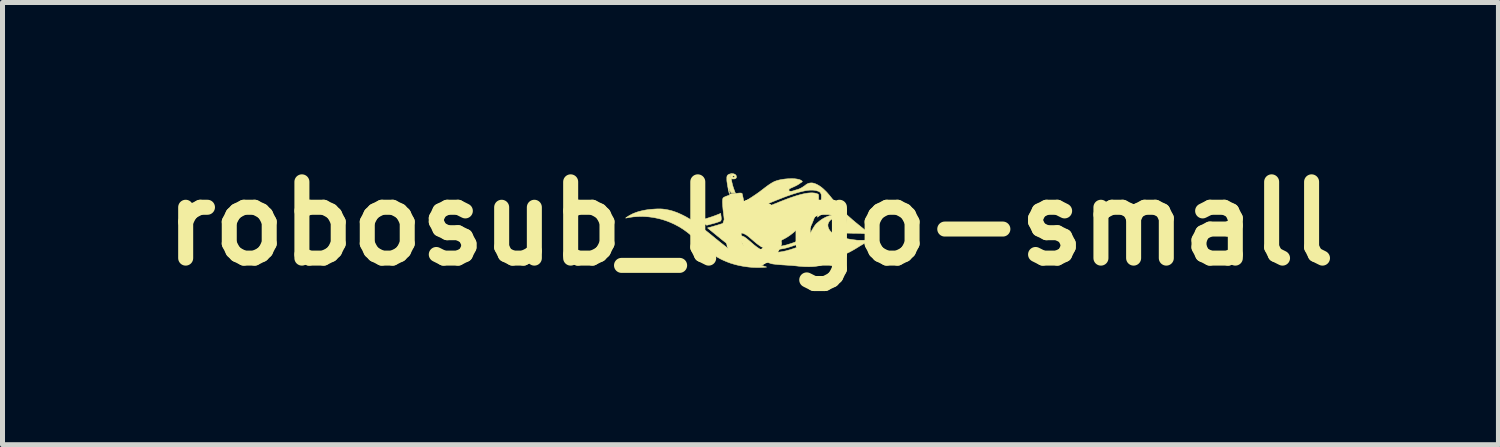
<source format=kicad_pcb>
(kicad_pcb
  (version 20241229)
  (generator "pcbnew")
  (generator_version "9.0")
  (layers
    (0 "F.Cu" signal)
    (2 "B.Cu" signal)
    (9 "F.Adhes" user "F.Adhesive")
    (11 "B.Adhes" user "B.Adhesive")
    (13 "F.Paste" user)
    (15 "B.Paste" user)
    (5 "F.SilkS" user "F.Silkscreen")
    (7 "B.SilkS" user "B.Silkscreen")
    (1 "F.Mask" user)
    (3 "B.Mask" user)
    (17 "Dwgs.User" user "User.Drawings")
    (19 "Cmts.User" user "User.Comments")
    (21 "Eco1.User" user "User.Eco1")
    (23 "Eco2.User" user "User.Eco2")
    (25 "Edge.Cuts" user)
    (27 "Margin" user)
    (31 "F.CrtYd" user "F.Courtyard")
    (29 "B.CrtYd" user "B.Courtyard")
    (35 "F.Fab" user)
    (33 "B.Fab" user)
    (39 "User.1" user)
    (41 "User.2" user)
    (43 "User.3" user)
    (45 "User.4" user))
  (footprint "robosub_logo-small"
    (layer "F.Cu")
    (at 11.945 1.418)
    (property "Reference" "robosub_logo-small" (at 0 0 0) (layer "F.SilkS") (effects (font (size 1.524 1.524) (thickness 0.3))))
    (attr through_hole)
    (fp_poly (pts (xy -0.594 -0.203) (xy -0.593 -0.2) (xy -0.593 -0.196) (xy -0.593 -0.196) (xy -0.593 -0.191) (xy -0.592 -0.185) (xy -0.592 -0.177) (xy -0.591 -0.169) (xy -0.589 -0.159) (xy -0.587 -0.147) (xy -0.587 -0.146) (xy -0.585 -0.132) (xy -0.584 -0.119) (xy -0.583 -0.108) (xy -0.582 -0.098) (xy -0.583 -0.089) (xy -0.584 -0.081) (xy -0.586 -0.074) (xy -0.588 -0.066) (xy -0.591 -0.06) (xy -0.595 -0.052) (xy -0.61 -0.046) (xy -0.621 -0.041) (xy -0.631 -0.037) (xy -0.642 -0.033) (xy -0.654 -0.029) (xy -0.666 -0.025) (xy -0.679 -0.021) (xy -0.692 -0.016) (xy -0.707 -0.012) (xy -0.724 -0.007) (xy -0.741 -0.002) (xy -0.761 0.003) (xy -0.782 0.009) (xy -0.785 0.009) (xy -0.796 0.012) (xy -0.806 0.015) (xy -0.816 0.018) (xy -0.826 0.02) (xy -0.835 0.023) (xy -0.843 0.025) (xy -0.849 0.026) (xy -0.853 0.028) (xy -0.859 0.029) (xy -0.864 0.031) (xy -0.869 0.032) (xy -0.872 0.033) (xy -0.873 0.033) (xy -0.873 0.033) (xy -0.874 0.032) (xy -0.876 0.031) (xy -0.88 0.028) (xy -0.884 0.025) (xy -0.89 0.021) (xy -0.896 0.016) (xy -0.903 0.011) (xy -0.903 0.01) (xy -0.911 0.004) (xy -0.92 -0.003) (xy -0.93 -0.01) (xy -0.94 -0.018) (xy -0.95 -0.026) (xy -0.96 -0.033) (xy -0.966 -0.037) (xy -0.973 -0.042) (xy -0.979 -0.047) (xy -0.986 -0.052) (xy -0.991 -0.056) (xy -0.995 -0.059) (xy -0.998 -0.061) (xy -1 -0.063) (xy -1 -0.063) (xy -1.001 -0.063) (xy -1.001 -0.064) (xy -1 -0.064) (xy -0.999 -0.065) (xy -0.997 -0.066) (xy -0.994 -0.067) (xy -0.991 -0.068) (xy -0.986 -0.069) (xy -0.979 -0.071) (xy -0.971 -0.074) (xy -0.962 -0.077) (xy -0.951 -0.08) (xy -0.919 -0.09) (xy -0.889 -0.099) (xy -0.86 -0.108) (xy -0.832 -0.117) (xy -0.807 -0.125) (xy -0.782 -0.133) (xy -0.758 -0.141) (xy -0.736 -0.149) (xy -0.714 -0.157) (xy -0.693 -0.165) (xy -0.672 -0.173) (xy -0.652 -0.181) (xy -0.632 -0.189) (xy -0.621 -0.193) (xy -0.614 -0.196) (xy -0.608 -0.199) (xy -0.603 -0.201) (xy -0.598 -0.202) (xy -0.595 -0.204) (xy -0.594 -0.204) (xy -0.594 -0.204) (xy -0.594 -0.203)) (stroke (width 0.01) (type solid)) (fill yes) (layer "F.SilkS"))
    (fp_poly (pts (xy -1.815 -0.293) (xy -1.804 -0.293) (xy -1.794 -0.293) (xy -1.785 -0.293) (xy -1.776 -0.292) (xy -1.767 -0.292) (xy -1.757 -0.291) (xy -1.747 -0.29) (xy -1.738 -0.289) (xy -1.7 -0.284) (xy -1.661 -0.277) (xy -1.622 -0.269) (xy -1.582 -0.259) (xy -1.542 -0.247) (xy -1.502 -0.233) (xy -1.461 -0.218) (xy -1.42 -0.2) (xy -1.378 -0.181) (xy -1.336 -0.16) (xy -1.293 -0.138) (xy -1.25 -0.113) (xy -1.206 -0.087) (xy -1.162 -0.058) (xy -1.135 -0.041) (xy -1.118 -0.03) (xy -1.102 -0.019) (xy -1.086 -0.007) (xy -1.069 0.005) (xy -1.052 0.017) (xy -1.035 0.029) (xy -1.018 0.042) (xy -1 0.056) (xy -0.981 0.07) (xy -0.962 0.084) (xy -0.942 0.1) (xy -0.921 0.116) (xy -0.9 0.134) (xy -0.877 0.152) (xy -0.853 0.171) (xy -0.828 0.191) (xy -0.801 0.213) (xy -0.775 0.234) (xy -0.752 0.253) (xy -0.731 0.27) (xy -0.711 0.287) (xy -0.693 0.302) (xy -0.675 0.316) (xy -0.659 0.329) (xy -0.644 0.341) (xy -0.63 0.353) (xy -0.616 0.364) (xy -0.603 0.374) (xy -0.591 0.384) (xy -0.579 0.393) (xy -0.568 0.402) (xy -0.557 0.411) (xy -0.547 0.419) (xy -0.536 0.427) (xy -0.526 0.435) (xy -0.516 0.443) (xy -0.506 0.45) (xy -0.503 0.452) (xy -0.471 0.476) (xy -0.439 0.5) (xy -0.408 0.522) (xy -0.376 0.544) (xy -0.345 0.565) (xy -0.314 0.585) (xy -0.284 0.604) (xy -0.256 0.622) (xy -0.228 0.638) (xy -0.22 0.642) (xy -0.197 0.655) (xy -0.172 0.668) (xy -0.146 0.682) (xy -0.118 0.695) (xy -0.091 0.708) (xy -0.063 0.721) (xy -0.056 0.724) (xy -0.034 0.734) (xy -0.012 0.743) (xy 0.012 0.753) (xy 0.037 0.763) (xy 0.063 0.774) (xy 0.091 0.785) (xy 0.12 0.796) (xy 0.151 0.807) (xy 0.183 0.819) (xy 0.217 0.831) (xy 0.253 0.843) (xy 0.279 0.853) (xy 0.288 0.856) (xy 0.296 0.858) (xy 0.303 0.861) (xy 0.31 0.863) (xy 0.315 0.865) (xy 0.319 0.866) (xy 0.321 0.867) (xy 0.322 0.868) (xy 0.323 0.868) (xy 0.323 0.869) (xy 0.322 0.869) (xy 0.319 0.869) (xy 0.314 0.87) (xy 0.308 0.87) (xy 0.301 0.871) (xy 0.292 0.872) (xy 0.283 0.872) (xy 0.273 0.873) (xy 0.263 0.873) (xy 0.253 0.874) (xy 0.243 0.875) (xy 0.232 0.875) (xy 0.222 0.876) (xy 0.215 0.876) (xy 0.207 0.876) (xy 0.198 0.876) (xy 0.187 0.877) (xy 0.175 0.877) (xy 0.163 0.877) (xy 0.15 0.877) (xy 0.137 0.877) (xy 0.124 0.877) (xy 0.112 0.877) (xy 0.101 0.876) (xy 0.091 0.876) (xy 0.083 0.876) (xy 0.081 0.876) (xy 0.024 0.873) (xy -0.031 0.868) (xy -0.086 0.861) (xy -0.141 0.853) (xy -0.195 0.843) (xy -0.248 0.832) (xy -0.301 0.819) (xy -0.353 0.804) (xy -0.404 0.788) (xy -0.453 0.77) (xy -0.502 0.75) (xy -0.55 0.729) (xy -0.596 0.707) (xy -0.64 0.683) (xy -0.663 0.67) (xy -0.685 0.657) (xy -0.707 0.644) (xy -0.728 0.63) (xy -0.75 0.616) (xy -0.771 0.6) (xy -0.794 0.584) (xy -0.817 0.567) (xy -0.824 0.561) (xy -0.836 0.552) (xy -0.848 0.543) (xy -0.859 0.534) (xy -0.87 0.525) (xy -0.881 0.516) (xy -0.891 0.507) (xy -0.902 0.497) (xy -0.914 0.487) (xy -0.925 0.477) (xy -0.938 0.465) (xy -0.951 0.454) (xy -0.964 0.441) (xy -0.979 0.427) (xy -0.995 0.412) (xy -1.012 0.396) (xy -1.023 0.385) (xy -1.041 0.368) (xy -1.057 0.352) (xy -1.072 0.338) (xy -1.086 0.325) (xy -1.099 0.313) (xy -1.11 0.302) (xy -1.122 0.291) (xy -1.132 0.282) (xy -1.142 0.273) (xy -1.151 0.264) (xy -1.161 0.256) (xy -1.169 0.248) (xy -1.178 0.241) (xy -1.187 0.233) (xy -1.196 0.226) (xy -1.205 0.219) (xy -1.214 0.211) (xy -1.224 0.203) (xy -1.229 0.199) (xy -1.26 0.174) (xy -1.29 0.152) (xy -1.32 0.13) (xy -1.349 0.11) (xy -1.379 0.091) (xy -1.409 0.072) (xy -1.439 0.055) (xy -1.471 0.038) (xy -1.503 0.021) (xy -1.512 0.016) (xy -1.562 -0.007) (xy -1.612 -0.029) (xy -1.663 -0.049) (xy -1.715 -0.067) (xy -1.766 -0.083) (xy -1.819 -0.097) (xy -1.872 -0.109) (xy -1.925 -0.12) (xy -1.978 -0.128) (xy -2.032 -0.135) (xy -2.085 -0.139) (xy -2.139 -0.142) (xy -2.193 -0.143) (xy -2.247 -0.141) (xy -2.296 -0.138) (xy -2.339 -0.135) (xy -2.382 -0.129) (xy -2.424 -0.123) (xy -2.464 -0.115) (xy -2.472 -0.114) (xy -2.479 -0.112) (xy -2.484 -0.111) (xy -2.487 -0.111) (xy -2.49 -0.11) (xy -2.492 -0.11) (xy -2.493 -0.11) (xy -2.493 -0.11) (xy -2.493 -0.111) (xy -2.492 -0.112) (xy -2.49 -0.115) (xy -2.486 -0.118) (xy -2.481 -0.122) (xy -2.474 -0.127) (xy -2.467 -0.132) (xy -2.458 -0.138) (xy -2.454 -0.14) (xy -2.424 -0.159) (xy -2.391 -0.177) (xy -2.358 -0.194) (xy -2.323 -0.209) (xy -2.286 -0.223) (xy -2.248 -0.236) (xy -2.208 -0.247) (xy -2.167 -0.257) (xy -2.125 -0.266) (xy -2.103 -0.27) (xy -2.066 -0.276) (xy -2.028 -0.281) (xy -1.989 -0.285) (xy -1.95 -0.288) (xy -1.91 -0.291) (xy -1.872 -0.293) (xy -1.835 -0.293) (xy -1.828 -0.293) (xy -1.815 -0.293)) (stroke (width 0.01) (type solid)) (fill yes) (layer "F.SilkS"))
    (fp_poly (pts (xy 1.71 -0.175) (xy 1.729 -0.173) (xy 1.747 -0.169) (xy 1.765 -0.164) (xy 1.781 -0.156) (xy 1.784 -0.155) (xy 1.793 -0.15) (xy 1.801 -0.144) (xy 1.81 -0.138) (xy 1.817 -0.132) (xy 1.824 -0.125) (xy 1.829 -0.119) (xy 1.833 -0.113) (xy 1.835 -0.111) (xy 1.839 -0.1) (xy 1.841 -0.088) (xy 1.842 -0.076) (xy 1.84 -0.064) (xy 1.838 -0.053) (xy 1.836 -0.048) (xy 1.834 -0.043) (xy 1.832 -0.039) (xy 1.83 -0.036) (xy 1.83 -0.036) (xy 1.829 -0.036) (xy 1.828 -0.037) (xy 1.827 -0.039) (xy 1.827 -0.041) (xy 1.827 -0.044) (xy 1.826 -0.049) (xy 1.824 -0.054) (xy 1.823 -0.06) (xy 1.821 -0.065) (xy 1.819 -0.07) (xy 1.819 -0.07) (xy 1.813 -0.079) (xy 1.806 -0.087) (xy 1.798 -0.094) (xy 1.788 -0.101) (xy 1.777 -0.106) (xy 1.764 -0.11) (xy 1.753 -0.112) (xy 1.746 -0.113) (xy 1.738 -0.114) (xy 1.729 -0.114) (xy 1.72 -0.114) (xy 1.712 -0.113) (xy 1.704 -0.113) (xy 1.703 -0.113) (xy 1.697 -0.111) (xy 1.689 -0.11) (xy 1.681 -0.108) (xy 1.673 -0.106) (xy 1.665 -0.105) (xy 1.658 -0.103) (xy 1.653 -0.101) (xy 1.652 -0.101) (xy 1.637 -0.095) (xy 1.622 -0.087) (xy 1.608 -0.077) (xy 1.595 -0.067) (xy 1.584 -0.055) (xy 1.574 -0.043) (xy 1.57 -0.036) (xy 1.562 -0.023) (xy 1.556 -0.009) (xy 1.551 0.006) (xy 1.549 0.013) (xy 1.548 0.021) (xy 1.548 0.03) (xy 1.548 0.04) (xy 1.549 0.049) (xy 1.55 0.058) (xy 1.551 0.066) (xy 1.557 0.084) (xy 1.564 0.101) (xy 1.573 0.118) (xy 1.584 0.135) (xy 1.597 0.151) (xy 1.612 0.166) (xy 1.629 0.181) (xy 1.629 0.181) (xy 1.639 0.189) (xy 1.648 0.196) (xy 1.658 0.202) (xy 1.667 0.208) (xy 1.677 0.214) (xy 1.689 0.22) (xy 1.7 0.226) (xy 1.723 0.237) (xy 1.747 0.247) (xy 1.772 0.257) (xy 1.797 0.266) (xy 1.823 0.275) (xy 1.85 0.282) (xy 1.878 0.29) (xy 1.908 0.297) (xy 1.938 0.303) (xy 1.97 0.309) (xy 2.004 0.315) (xy 2.039 0.32) (xy 2.066 0.324) (xy 2.08 0.325) (xy 2.093 0.327) (xy 2.104 0.328) (xy 2.114 0.33) (xy 2.123 0.331) (xy 2.131 0.331) (xy 2.138 0.332) (xy 2.145 0.333) (xy 2.153 0.333) (xy 2.16 0.333) (xy 2.168 0.333) (xy 2.176 0.333) (xy 2.186 0.333) (xy 2.197 0.333) (xy 2.201 0.333) (xy 2.21 0.333) (xy 2.219 0.333) (xy 2.226 0.333) (xy 2.234 0.333) (xy 2.241 0.333) (xy 2.248 0.333) (xy 2.256 0.332) (xy 2.264 0.332) (xy 2.272 0.332) (xy 2.281 0.331) (xy 2.292 0.33) (xy 2.303 0.33) (xy 2.316 0.329) (xy 2.33 0.328) (xy 2.346 0.327) (xy 2.356 0.326) (xy 2.366 0.325) (xy 2.375 0.324) (xy 2.384 0.324) (xy 2.391 0.323) (xy 2.397 0.323) (xy 2.402 0.323) (xy 2.405 0.323) (xy 2.41 0.322) (xy 2.415 0.322) (xy 2.419 0.322) (xy 2.421 0.321) (xy 2.423 0.321) (xy 2.424 0.321) (xy 2.424 0.322) (xy 2.423 0.323) (xy 2.42 0.324) (xy 2.415 0.326) (xy 2.408 0.329) (xy 2.408 0.329) (xy 2.385 0.339) (xy 2.361 0.35) (xy 2.336 0.362) (xy 2.311 0.375) (xy 2.284 0.39) (xy 2.256 0.406) (xy 2.246 0.412) (xy 2.241 0.415) (xy 2.234 0.419) (xy 2.226 0.424) (xy 2.217 0.429) (xy 2.207 0.435) (xy 2.196 0.442) (xy 2.185 0.448) (xy 2.174 0.455) (xy 2.163 0.462) (xy 2.152 0.469) (xy 2.142 0.475) (xy 2.141 0.476) (xy 2.114 0.492) (xy 2.088 0.508) (xy 2.064 0.522) (xy 2.041 0.535) (xy 2.019 0.547) (xy 1.999 0.558) (xy 1.98 0.568) (xy 1.962 0.577) (xy 1.945 0.585) (xy 1.929 0.592) (xy 1.914 0.598) (xy 1.913 0.598) (xy 1.901 0.603) (xy 1.889 0.608) (xy 1.876 0.613) (xy 1.864 0.619) (xy 1.85 0.625) (xy 1.837 0.631) (xy 1.822 0.638) (xy 1.807 0.646) (xy 1.791 0.654) (xy 1.774 0.663) (xy 1.755 0.673) (xy 1.736 0.683) (xy 1.715 0.695) (xy 1.692 0.707) (xy 1.69 0.709) (xy 1.667 0.721) (xy 1.646 0.732) (xy 1.626 0.743) (xy 1.608 0.753) (xy 1.59 0.761) (xy 1.574 0.77) (xy 1.558 0.777) (xy 1.543 0.784) (xy 1.528 0.791) (xy 1.513 0.797) (xy 1.499 0.803) (xy 1.494 0.805) (xy 1.464 0.816) (xy 1.433 0.826) (xy 1.402 0.835) (xy 1.37 0.842) (xy 1.337 0.848) (xy 1.303 0.853) (xy 1.267 0.857) (xy 1.249 0.858) (xy 1.244 0.859) (xy 1.237 0.859) (xy 1.229 0.86) (xy 1.221 0.86) (xy 1.212 0.86) (xy 1.202 0.861) (xy 1.193 0.861) (xy 1.184 0.861) (xy 1.176 0.862) (xy 1.169 0.862) (xy 1.163 0.862) (xy 1.158 0.862) (xy 1.156 0.862) (xy 1.153 0.862) (xy 1.149 0.862) (xy 1.144 0.861) (xy 1.138 0.861) (xy 1.135 0.861) (xy 1.121 0.861) (xy 1.105 0.86) (xy 1.088 0.86) (xy 1.071 0.859) (xy 1.052 0.858) (xy 1.034 0.856) (xy 1.015 0.855) (xy 0.997 0.854) (xy 0.98 0.852) (xy 0.964 0.851) (xy 0.949 0.849) (xy 0.939 0.848) (xy 0.928 0.847) (xy 0.917 0.845) (xy 0.906 0.844) (xy 0.894 0.843) (xy 0.882 0.842) (xy 0.869 0.841) (xy 0.855 0.84) (xy 0.841 0.838) (xy 0.825 0.837) (xy 0.808 0.836) (xy 0.789 0.835) (xy 0.769 0.833) (xy 0.748 0.832) (xy 0.725 0.83) (xy 0.704 0.829) (xy 0.678 0.827) (xy 0.653 0.826) (xy 0.631 0.824) (xy 0.61 0.823) (xy 0.59 0.821) (xy 0.572 0.82) (xy 0.554 0.818) (xy 0.538 0.817) (xy 0.523 0.815) (xy 0.508 0.814) (xy 0.494 0.812) (xy 0.48 0.81) (xy 0.466 0.809) (xy 0.453 0.807) (xy 0.451 0.806) (xy 0.425 0.803) (xy 0.363 0.782) (xy 0.324 0.769) (xy 0.287 0.756) (xy 0.251 0.743) (xy 0.217 0.731) (xy 0.185 0.719) (xy 0.154 0.708) (xy 0.124 0.696) (xy 0.095 0.685) (xy 0.067 0.674) (xy 0.04 0.663) (xy 0.014 0.652) (xy -0.011 0.641) (xy -0.036 0.629) (xy -0.057 0.62) (xy -0.064 0.616) (xy -0.072 0.613) (xy -0.08 0.609) (xy -0.088 0.605) (xy -0.097 0.6) (xy -0.105 0.596) (xy -0.113 0.592) (xy -0.121 0.588) (xy -0.128 0.585) (xy -0.133 0.582) (xy -0.138 0.579) (xy -0.141 0.578) (xy -0.143 0.577) (xy -0.143 0.576) (xy -0.145 0.574) (xy -0.145 0.57) (xy -0.144 0.565) (xy -0.143 0.558) (xy -0.142 0.555) (xy -0.141 0.551) (xy -0.14 0.547) (xy -0.139 0.544) (xy -0.138 0.541) (xy -0.138 0.537) (xy -0.138 0.532) (xy -0.137 0.526) (xy -0.137 0.522) (xy -0.137 0.502) (xy -0.138 0.482) (xy -0.141 0.462) (xy -0.146 0.442) (xy -0.152 0.423) (xy -0.159 0.405) (xy -0.168 0.387) (xy -0.178 0.371) (xy -0.19 0.356) (xy -0.203 0.342) (xy -0.213 0.333) (xy -0.225 0.323) (xy -0.237 0.315) (xy -0.248 0.309) (xy -0.259 0.305) (xy -0.27 0.302) (xy -0.273 0.301) (xy -0.279 0.3) (xy -0.285 0.3) (xy -0.293 0.3) (xy -0.3 0.301) (xy -0.307 0.301) (xy -0.313 0.302) (xy -0.316 0.302) (xy -0.328 0.306) (xy -0.34 0.31) (xy -0.353 0.316) (xy -0.366 0.322) (xy -0.378 0.329) (xy -0.38 0.33) (xy -0.383 0.333) (xy -0.387 0.335) (xy -0.389 0.336) (xy -0.39 0.336) (xy -0.39 0.336) (xy -0.39 0.335) (xy -0.388 0.332) (xy -0.387 0.328) (xy -0.385 0.324) (xy -0.382 0.32) (xy -0.38 0.315) (xy -0.378 0.312) (xy -0.368 0.3) (xy -0.357 0.288) (xy -0.344 0.277) (xy -0.33 0.268) (xy -0.315 0.259) (xy -0.299 0.252) (xy -0.283 0.247) (xy -0.265 0.242) (xy -0.253 0.241) (xy -0.24 0.239) (xy -0.226 0.239) (xy -0.212 0.239) (xy -0.197 0.241) (xy -0.184 0.243) (xy -0.181 0.243) (xy -0.165 0.248) (xy -0.148 0.254) (xy -0.132 0.261) (xy -0.117 0.27) (xy -0.115 0.271) (xy -0.107 0.277) (xy -0.097 0.284) (xy -0.086 0.292) (xy -0.074 0.301) (xy -0.061 0.312) (xy -0.046 0.324) (xy -0.031 0.337) (xy -0.014 0.351) (xy 0.004 0.366) (xy 0.013 0.374) (xy 0.031 0.39) (xy 0.048 0.404) (xy 0.063 0.418) (xy 0.078 0.43) (xy 0.092 0.441) (xy 0.105 0.451) (xy 0.117 0.46) (xy 0.129 0.469) (xy 0.14 0.477) (xy 0.152 0.485) (xy 0.158 0.489) (xy 0.178 0.502) (xy 0.198 0.514) (xy 0.219 0.525) (xy 0.239 0.535) (xy 0.258 0.543) (xy 0.277 0.55) (xy 0.295 0.555) (xy 0.296 0.555) (xy 0.329 0.563) (xy 0.362 0.568) (xy 0.396 0.573) (xy 0.431 0.575) (xy 0.467 0.576) (xy 0.504 0.575) (xy 0.542 0.572) (xy 0.553 0.571) (xy 0.588 0.567) (xy 0.623 0.562) (xy 0.66 0.555) (xy 0.698 0.547) (xy 0.736 0.537) (xy 0.775 0.526) (xy 0.777 0.526) (xy 0.783 0.524) (xy 0.791 0.522) (xy 0.8 0.519) (xy 0.809 0.516) (xy 0.82 0.512) (xy 0.832 0.508) (xy 0.843 0.505) (xy 0.855 0.501) (xy 0.867 0.497) (xy 0.878 0.493) (xy 0.889 0.489) (xy 0.899 0.486) (xy 0.907 0.483) (xy 0.914 0.48) (xy 0.918 0.479) (xy 0.936 0.472) (xy 0.953 0.465) (xy 0.969 0.458) (xy 0.983 0.452) (xy 0.996 0.445) (xy 1.007 0.439) (xy 1.017 0.434) (xy 1.025 0.428) (xy 1.03 0.425) (xy 1.039 0.417) (xy 1.047 0.409) (xy 1.056 0.4) (xy 1.065 0.39) (xy 1.073 0.379) (xy 1.083 0.368) (xy 1.092 0.355) (xy 1.102 0.34) (xy 1.113 0.324) (xy 1.124 0.307) (xy 1.136 0.288) (xy 1.137 0.287) (xy 1.141 0.28) (xy 1.147 0.271) (xy 1.152 0.263) (xy 1.157 0.255) (xy 1.162 0.248) (xy 1.165 0.242) (xy 1.166 0.241) (xy 1.17 0.234) (xy 1.175 0.227) (xy 1.179 0.219) (xy 1.184 0.212) (xy 1.188 0.204) (xy 1.193 0.195) (xy 1.199 0.186) (xy 1.205 0.175) (xy 1.211 0.164) (xy 1.221 0.146) (xy 1.23 0.131) (xy 1.238 0.116) (xy 1.246 0.103) (xy 1.253 0.092) (xy 1.259 0.081) (xy 1.265 0.072) (xy 1.27 0.063) (xy 1.276 0.055) (xy 1.281 0.047) (xy 1.286 0.04) (xy 1.291 0.032) (xy 1.295 0.028) (xy 1.299 0.022) (xy 1.304 0.017) (xy 1.308 0.012) (xy 1.312 0.007) (xy 1.318 0.002) (xy 1.324 -0.004) (xy 1.331 -0.011) (xy 1.332 -0.011) (xy 1.36 -0.035) (xy 1.388 -0.058) (xy 1.416 -0.078) (xy 1.445 -0.097) (xy 1.474 -0.113) (xy 1.503 -0.128) (xy 1.533 -0.141) (xy 1.563 -0.152) (xy 1.592 -0.161) (xy 1.622 -0.168) (xy 1.652 -0.173) (xy 1.671 -0.175) (xy 1.691 -0.176) (xy 1.71 -0.175)) (stroke (width 0.01) (type solid)) (fill yes) (layer "F.SilkS"))
    (fp_poly (pts (xy 0.848 -0.898) (xy 0.863 -0.897) (xy 0.877 -0.897) (xy 0.891 -0.895) (xy 0.905 -0.894) (xy 0.918 -0.892) (xy 0.93 -0.89) (xy 0.946 -0.887) (xy 0.959 -0.884) (xy 0.971 -0.881) (xy 0.982 -0.878) (xy 0.992 -0.874) (xy 1.001 -0.87) (xy 1.01 -0.865) (xy 1.018 -0.86) (xy 1.025 -0.855) (xy 1.03 -0.85) (xy 1.033 -0.847) (xy 1.035 -0.845) (xy 1.036 -0.843) (xy 1.036 -0.842) (xy 1.036 -0.841) (xy 1.035 -0.837) (xy 1.031 -0.833) (xy 1.026 -0.829) (xy 1.02 -0.825) (xy 1.017 -0.824) (xy 1.012 -0.821) (xy 1.007 -0.817) (xy 1.002 -0.814) (xy 1 -0.813) (xy 0.985 -0.802) (xy 0.97 -0.791) (xy 0.953 -0.781) (xy 0.935 -0.77) (xy 0.916 -0.76) (xy 0.904 -0.754) (xy 0.897 -0.751) (xy 0.89 -0.747) (xy 0.881 -0.743) (xy 0.872 -0.739) (xy 0.863 -0.735) (xy 0.853 -0.73) (xy 0.844 -0.726) (xy 0.834 -0.722) (xy 0.825 -0.718) (xy 0.817 -0.714) (xy 0.809 -0.71) (xy 0.803 -0.707) (xy 0.797 -0.705) (xy 0.793 -0.703) (xy 0.791 -0.703) (xy 0.791 -0.702) (xy 0.786 -0.7) (xy 0.781 -0.696) (xy 0.776 -0.691) (xy 0.773 -0.686) (xy 0.771 -0.682) (xy 0.769 -0.675) (xy 0.769 -0.668) (xy 0.77 -0.661) (xy 0.774 -0.655) (xy 0.777 -0.652) (xy 0.779 -0.65) (xy 0.781 -0.649) (xy 0.784 -0.648) (xy 0.787 -0.647) (xy 0.792 -0.647) (xy 0.798 -0.646) (xy 0.799 -0.646) (xy 0.805 -0.646) (xy 0.812 -0.646) (xy 0.819 -0.647) (xy 0.827 -0.648) (xy 0.836 -0.65) (xy 0.845 -0.652) (xy 0.856 -0.655) (xy 0.868 -0.659) (xy 0.882 -0.663) (xy 0.883 -0.664) (xy 0.892 -0.667) (xy 0.9 -0.669) (xy 0.907 -0.672) (xy 0.914 -0.674) (xy 0.92 -0.675) (xy 0.924 -0.677) (xy 0.926 -0.677) (xy 0.942 -0.681) (xy 0.958 -0.687) (xy 0.976 -0.694) (xy 0.993 -0.702) (xy 1.011 -0.711) (xy 1.024 -0.718) (xy 1.032 -0.723) (xy 1.042 -0.729) (xy 1.051 -0.735) (xy 1.061 -0.742) (xy 1.071 -0.749) (xy 1.081 -0.755) (xy 1.09 -0.762) (xy 1.098 -0.768) (xy 1.104 -0.773) (xy 1.105 -0.774) (xy 1.116 -0.782) (xy 1.128 -0.79) (xy 1.142 -0.797) (xy 1.156 -0.803) (xy 1.171 -0.807) (xy 1.172 -0.807) (xy 1.184 -0.81) (xy 1.198 -0.812) (xy 1.212 -0.813) (xy 1.225 -0.813) (xy 1.238 -0.812) (xy 1.241 -0.812) (xy 1.251 -0.81) (xy 1.262 -0.807) (xy 1.274 -0.804) (xy 1.286 -0.8) (xy 1.299 -0.795) (xy 1.309 -0.791) (xy 1.33 -0.781) (xy 1.351 -0.77) (xy 1.373 -0.757) (xy 1.394 -0.743) (xy 1.415 -0.728) (xy 1.436 -0.711) (xy 1.458 -0.692) (xy 1.48 -0.671) (xy 1.503 -0.649) (xy 1.511 -0.641) (xy 1.52 -0.632) (xy 1.528 -0.623) (xy 1.536 -0.614) (xy 1.544 -0.605) (xy 1.551 -0.597) (xy 1.559 -0.587) (xy 1.568 -0.577) (xy 1.577 -0.567) (xy 1.586 -0.555) (xy 1.597 -0.542) (xy 1.597 -0.541) (xy 1.612 -0.523) (xy 1.626 -0.506) (xy 1.638 -0.49) (xy 1.65 -0.476) (xy 1.661 -0.462) (xy 1.671 -0.45) (xy 1.681 -0.438) (xy 1.691 -0.426) (xy 1.7 -0.415) (xy 1.709 -0.404) (xy 1.719 -0.393) (xy 1.728 -0.383) (xy 1.736 -0.373) (xy 1.757 -0.349) (xy 1.78 -0.324) (xy 1.804 -0.299) (xy 1.828 -0.273) (xy 1.853 -0.248) (xy 1.878 -0.223) (xy 1.903 -0.199) (xy 1.927 -0.176) (xy 1.933 -0.171) (xy 1.945 -0.159) (xy 1.958 -0.147) (xy 1.972 -0.135) (xy 1.985 -0.123) (xy 1.999 -0.111) (xy 2.013 -0.099) (xy 2.027 -0.086) (xy 2.042 -0.073) (xy 2.058 -0.06) (xy 2.075 -0.046) (xy 2.092 -0.031) (xy 2.11 -0.016) (xy 2.13 -0.000136) (xy 2.15 0.017) (xy 2.172 0.034) (xy 2.195 0.053) (xy 2.22 0.073) (xy 2.245 0.093) (xy 2.263 0.108) (xy 2.28 0.122) (xy 2.296 0.134) (xy 2.31 0.146) (xy 2.322 0.156) (xy 2.333 0.165) (xy 2.343 0.173) (xy 2.352 0.18) (xy 2.359 0.186) (xy 2.365 0.19) (xy 2.369 0.194) (xy 2.373 0.197) (xy 2.376 0.2) (xy 2.377 0.201) (xy 2.38 0.204) (xy 2.381 0.206) (xy 2.38 0.208) (xy 2.378 0.209) (xy 2.376 0.209) (xy 2.373 0.209) (xy 2.371 0.209) (xy 2.37 0.208) (xy 2.369 0.208) (xy 2.366 0.208) (xy 2.362 0.207) (xy 2.356 0.207) (xy 2.35 0.206) (xy 2.343 0.205) (xy 2.336 0.205) (xy 2.329 0.204) (xy 2.323 0.203) (xy 2.32 0.203) (xy 2.311 0.202) (xy 2.301 0.202) (xy 2.29 0.201) (xy 2.277 0.2) (xy 2.264 0.199) (xy 2.25 0.198) (xy 2.237 0.198) (xy 2.224 0.197) (xy 2.213 0.197) (xy 2.208 0.196) (xy 2.202 0.196) (xy 2.197 0.196) (xy 2.191 0.196) (xy 2.185 0.196) (xy 2.179 0.195) (xy 2.172 0.195) (xy 2.164 0.195) (xy 2.156 0.195) (xy 2.147 0.195) (xy 2.137 0.194) (xy 2.125 0.194) (xy 2.113 0.194) (xy 2.099 0.194) (xy 2.083 0.193) (xy 2.066 0.193) (xy 2.048 0.193) (xy 2.027 0.192) (xy 2.019 0.192) (xy 2.009 0.192) (xy 1.998 0.192) (xy 1.989 0.191) (xy 1.98 0.191) (xy 1.972 0.191) (xy 1.965 0.191) (xy 1.96 0.191) (xy 1.957 0.191) (xy 1.956 0.19) (xy 1.952 0.19) (xy 1.947 0.19) (xy 1.94 0.19) (xy 1.933 0.19) (xy 1.925 0.189) (xy 1.916 0.189) (xy 1.913 0.189) (xy 1.904 0.189) (xy 1.896 0.188) (xy 1.887 0.188) (xy 1.88 0.187) (xy 1.873 0.187) (xy 1.868 0.187) (xy 1.867 0.187) (xy 1.84 0.183) (xy 1.814 0.177) (xy 1.789 0.17) (xy 1.765 0.162) (xy 1.742 0.151) (xy 1.721 0.14) (xy 1.714 0.136) (xy 1.706 0.131) (xy 1.7 0.126) (xy 1.694 0.122) (xy 1.688 0.117) (xy 1.683 0.112) (xy 1.676 0.106) (xy 1.671 0.101) (xy 1.662 0.092) (xy 1.655 0.083) (xy 1.648 0.075) (xy 1.644 0.067) (xy 1.64 0.06) (xy 1.638 0.052) (xy 1.636 0.047) (xy 1.635 0.036) (xy 1.636 0.027) (xy 1.639 0.017) (xy 1.644 0.009) (xy 1.65 0.001) (xy 1.658 -0.007) (xy 1.668 -0.013) (xy 1.679 -0.018) (xy 1.688 -0.021) (xy 1.695 -0.023) (xy 1.704 -0.025) (xy 1.713 -0.026) (xy 1.723 -0.027) (xy 1.728 -0.027) (xy 1.733 -0.027) (xy 1.736 -0.027) (xy 1.738 -0.027) (xy 1.739 -0.026) (xy 1.74 -0.025) (xy 1.74 -0.025) (xy 1.741 -0.023) (xy 1.742 -0.021) (xy 1.742 -0.017) (xy 1.741 -0.013) (xy 1.739 -0.007) (xy 1.737 0) (xy 1.735 0.008) (xy 1.733 0.015) (xy 1.733 0.021) (xy 1.732 0.027) (xy 1.733 0.032) (xy 1.733 0.033) (xy 1.735 0.044) (xy 1.739 0.055) (xy 1.745 0.065) (xy 1.751 0.073) (xy 1.759 0.081) (xy 1.768 0.087) (xy 1.77 0.088) (xy 1.777 0.091) (xy 1.784 0.093) (xy 1.791 0.094) (xy 1.799 0.093) (xy 1.807 0.092) (xy 1.815 0.089) (xy 1.825 0.084) (xy 1.829 0.083) (xy 1.845 0.074) (xy 1.859 0.064) (xy 1.872 0.052) (xy 1.884 0.039) (xy 1.894 0.025) (xy 1.904 0.01) (xy 1.912 -0.006) (xy 1.918 -0.023) (xy 1.923 -0.04) (xy 1.926 -0.058) (xy 1.928 -0.076) (xy 1.928 -0.088) (xy 1.926 -0.104) (xy 1.923 -0.119) (xy 1.918 -0.134) (xy 1.912 -0.149) (xy 1.904 -0.163) (xy 1.901 -0.167) (xy 1.891 -0.18) (xy 1.879 -0.193) (xy 1.866 -0.205) (xy 1.851 -0.216) (xy 1.835 -0.226) (xy 1.818 -0.235) (xy 1.8 -0.243) (xy 1.781 -0.25) (xy 1.762 -0.255) (xy 1.743 -0.259) (xy 1.731 -0.26) (xy 1.725 -0.261) (xy 1.717 -0.261) (xy 1.709 -0.261) (xy 1.699 -0.261) (xy 1.689 -0.261) (xy 1.68 -0.261) (xy 1.67 -0.261) (xy 1.662 -0.261) (xy 1.655 -0.26) (xy 1.651 -0.26) (xy 1.621 -0.256) (xy 1.59 -0.25) (xy 1.56 -0.242) (xy 1.529 -0.232) (xy 1.498 -0.221) (xy 1.467 -0.207) (xy 1.436 -0.191) (xy 1.405 -0.174) (xy 1.374 -0.154) (xy 1.351 -0.138) (xy 1.347 -0.135) (xy 1.343 -0.132) (xy 1.34 -0.13) (xy 1.338 -0.129) (xy 1.337 -0.129) (xy 1.338 -0.13) (xy 1.338 -0.133) (xy 1.339 -0.137) (xy 1.341 -0.142) (xy 1.343 -0.149) (xy 1.345 -0.156) (xy 1.345 -0.158) (xy 1.356 -0.192) (xy 1.365 -0.224) (xy 1.373 -0.255) (xy 1.381 -0.284) (xy 1.388 -0.312) (xy 1.394 -0.34) (xy 1.399 -0.366) (xy 1.403 -0.391) (xy 1.407 -0.416) (xy 1.41 -0.44) (xy 1.413 -0.463) (xy 1.415 -0.487) (xy 1.416 -0.51) (xy 1.416 -0.511) (xy 1.417 -0.525) (xy 1.417 -0.537) (xy 1.417 -0.547) (xy 1.417 -0.556) (xy 1.416 -0.564) (xy 1.416 -0.571) (xy 1.415 -0.577) (xy 1.413 -0.583) (xy 1.412 -0.589) (xy 1.41 -0.595) (xy 1.409 -0.596) (xy 1.404 -0.607) (xy 1.397 -0.617) (xy 1.389 -0.627) (xy 1.379 -0.634) (xy 1.37 -0.64) (xy 1.365 -0.643) (xy 1.359 -0.645) (xy 1.352 -0.648) (xy 1.343 -0.651) (xy 1.335 -0.653) (xy 1.326 -0.656) (xy 1.323 -0.657) (xy 1.305 -0.661) (xy 1.286 -0.664) (xy 1.266 -0.667) (xy 1.246 -0.669) (xy 1.225 -0.669) (xy 1.204 -0.669) (xy 1.181 -0.668) (xy 1.158 -0.666) (xy 1.133 -0.663) (xy 1.107 -0.659) (xy 1.081 -0.654) (xy 1.053 -0.648) (xy 1.023 -0.641) (xy 0.992 -0.633) (xy 0.96 -0.625) (xy 0.926 -0.615) (xy 0.902 -0.607) (xy 0.884 -0.602) (xy 0.865 -0.596) (xy 0.847 -0.59) (xy 0.829 -0.584) (xy 0.812 -0.578) (xy 0.794 -0.572) (xy 0.776 -0.566) (xy 0.757 -0.559) (xy 0.738 -0.553) (xy 0.719 -0.546) (xy 0.7 -0.538) (xy 0.679 -0.531) (xy 0.658 -0.523) (xy 0.636 -0.514) (xy 0.613 -0.505) (xy 0.59 -0.496) (xy 0.565 -0.486) (xy 0.539 -0.476) (xy 0.511 -0.465) (xy 0.482 -0.453) (xy 0.452 -0.441) (xy 0.42 -0.428) (xy 0.387 -0.414) (xy 0.358 -0.402) (xy 0.327 -0.389) (xy 0.298 -0.377) (xy 0.271 -0.366) (xy 0.246 -0.356) (xy 0.222 -0.346) (xy 0.199 -0.337) (xy 0.178 -0.328) (xy 0.158 -0.32) (xy 0.14 -0.313) (xy 0.123 -0.306) (xy 0.106 -0.3) (xy 0.092 -0.294) (xy 0.079 -0.289) (xy 0.069 -0.285) (xy 0.059 -0.282) (xy 0.049 -0.278) (xy 0.039 -0.274) (xy 0.03 -0.27) (xy 0.02 -0.267) (xy 0.012 -0.264) (xy 0.004 -0.261) (xy -0.003 -0.258) (xy -0.009 -0.256) (xy -0.014 -0.254) (xy -0.017 -0.253) (xy -0.018 -0.253) (xy -0.018 -0.253) (xy -0.019 -0.254) (xy -0.02 -0.257) (xy -0.022 -0.261) (xy -0.024 -0.266) (xy -0.026 -0.273) (xy -0.029 -0.281) (xy -0.032 -0.289) (xy -0.035 -0.298) (xy -0.038 -0.308) (xy -0.041 -0.317) (xy -0.044 -0.327) (xy -0.044 -0.327) (xy -0.046 -0.333) (xy -0.048 -0.341) (xy -0.05 -0.349) (xy -0.053 -0.359) (xy -0.055 -0.368) (xy -0.058 -0.378) (xy -0.061 -0.389) (xy -0.063 -0.399) (xy -0.066 -0.409) (xy -0.069 -0.419) (xy -0.071 -0.428) (xy -0.073 -0.437) (xy -0.075 -0.444) (xy -0.077 -0.451) (xy -0.078 -0.456) (xy -0.079 -0.46) (xy -0.079 -0.462) (xy -0.079 -0.462) (xy -0.078 -0.463) (xy -0.076 -0.464) (xy -0.072 -0.467) (xy -0.067 -0.47) (xy -0.062 -0.473) (xy -0.056 -0.477) (xy -0.055 -0.477) (xy -0.041 -0.485) (xy -0.028 -0.494) (xy -0.014 -0.503) (xy 0.000214 -0.512) (xy 0.015 -0.521) (xy 0.03 -0.531) (xy 0.047 -0.542) (xy 0.064 -0.554) (xy 0.083 -0.566) (xy 0.096 -0.575) (xy 0.109 -0.584) (xy 0.121 -0.592) (xy 0.132 -0.6) (xy 0.142 -0.607) (xy 0.151 -0.613) (xy 0.16 -0.62) (xy 0.169 -0.626) (xy 0.179 -0.633) (xy 0.188 -0.64) (xy 0.198 -0.648) (xy 0.209 -0.656) (xy 0.221 -0.665) (xy 0.234 -0.675) (xy 0.245 -0.683) (xy 0.264 -0.698) (xy 0.282 -0.712) (xy 0.298 -0.724) (xy 0.313 -0.735) (xy 0.327 -0.746) (xy 0.34 -0.755) (xy 0.352 -0.764) (xy 0.364 -0.772) (xy 0.375 -0.78) (xy 0.385 -0.787) (xy 0.395 -0.793) (xy 0.405 -0.799) (xy 0.414 -0.805) (xy 0.424 -0.811) (xy 0.434 -0.817) (xy 0.443 -0.822) (xy 0.454 -0.828) (xy 0.463 -0.833) (xy 0.472 -0.837) (xy 0.48 -0.841) (xy 0.488 -0.845) (xy 0.497 -0.848) (xy 0.507 -0.851) (xy 0.517 -0.855) (xy 0.544 -0.863) (xy 0.572 -0.871) (xy 0.602 -0.877) (xy 0.634 -0.883) (xy 0.667 -0.888) (xy 0.702 -0.892) (xy 0.737 -0.895) (xy 0.774 -0.897) (xy 0.811 -0.898) (xy 0.812 -0.898) (xy 0.831 -0.898) (xy 0.848 -0.898)) (stroke (width 0.01) (type solid)) (fill yes) (layer "F.SilkS"))
    (fp_poly (pts (xy -0.35 -0.997) (xy -0.337 -0.995) (xy -0.324 -0.991) (xy -0.313 -0.986) (xy -0.311 -0.985) (xy -0.305 -0.981) (xy -0.299 -0.977) (xy -0.294 -0.971) (xy -0.289 -0.965) (xy -0.286 -0.96) (xy -0.283 -0.951) (xy -0.281 -0.941) (xy -0.28 -0.932) (xy -0.281 -0.923) (xy -0.281 -0.923) (xy -0.284 -0.915) (xy -0.288 -0.909) (xy -0.293 -0.904) (xy -0.3 -0.899) (xy -0.309 -0.896) (xy -0.316 -0.894) (xy -0.321 -0.893) (xy -0.328 -0.893) (xy -0.336 -0.893) (xy -0.345 -0.893) (xy -0.354 -0.893) (xy -0.362 -0.893) (xy -0.37 -0.894) (xy -0.372 -0.895) (xy -0.377 -0.896) (xy -0.38 -0.896) (xy -0.383 -0.897) (xy -0.384 -0.897) (xy -0.384 -0.896) (xy -0.383 -0.893) (xy -0.383 -0.888) (xy -0.382 -0.883) (xy -0.38 -0.876) (xy -0.379 -0.868) (xy -0.377 -0.86) (xy -0.375 -0.851) (xy -0.373 -0.842) (xy -0.372 -0.832) (xy -0.37 -0.823) (xy -0.368 -0.815) (xy -0.366 -0.807) (xy -0.364 -0.799) (xy -0.363 -0.793) (xy -0.363 -0.792) (xy -0.357 -0.77) (xy -0.35 -0.746) (xy -0.342 -0.721) (xy -0.333 -0.694) (xy -0.323 -0.668) (xy -0.32 -0.659) (xy -0.317 -0.649) (xy -0.313 -0.64) (xy -0.31 -0.632) (xy -0.307 -0.624) (xy -0.304 -0.617) (xy -0.302 -0.611) (xy -0.3 -0.606) (xy -0.298 -0.603) (xy -0.297 -0.601) (xy -0.297 -0.601) (xy -0.296 -0.601) (xy -0.293 -0.601) (xy -0.289 -0.602) (xy -0.286 -0.602) (xy -0.271 -0.605) (xy -0.256 -0.607) (xy -0.242 -0.609) (xy -0.229 -0.61) (xy -0.216 -0.611) (xy -0.205 -0.611) (xy -0.195 -0.611) (xy -0.187 -0.61) (xy -0.182 -0.609) (xy -0.177 -0.607) (xy -0.172 -0.605) (xy -0.168 -0.602) (xy -0.167 -0.6) (xy -0.166 -0.599) (xy -0.165 -0.596) (xy -0.164 -0.591) (xy -0.163 -0.585) (xy -0.161 -0.577) (xy -0.159 -0.569) (xy -0.157 -0.56) (xy -0.156 -0.555) (xy -0.147 -0.515) (xy -0.139 -0.477) (xy -0.13 -0.441) (xy -0.122 -0.406) (xy -0.114 -0.374) (xy -0.105 -0.344) (xy -0.097 -0.315) (xy -0.089 -0.288) (xy -0.081 -0.264) (xy -0.073 -0.24) (xy -0.064 -0.219) (xy -0.056 -0.2) (xy -0.054 -0.195) (xy -0.049 -0.182) (xy 0.024 -0.211) (xy 0.052 -0.221) (xy 0.079 -0.232) (xy 0.106 -0.242) (xy 0.133 -0.253) (xy 0.16 -0.264) (xy 0.187 -0.274) (xy 0.215 -0.285) (xy 0.243 -0.296) (xy 0.272 -0.308) (xy 0.281 -0.311) (xy 1.271 -0.311) (xy 1.272 -0.311) (xy 1.272 -0.311) (xy 1.272 -0.312) (xy 1.271 -0.311) (xy 0.281 -0.311) (xy 0.301 -0.32) (xy 0.332 -0.332) (xy 0.364 -0.345) (xy 0.397 -0.359) (xy 0.432 -0.373) (xy 0.459 -0.384) (xy 0.487 -0.396) (xy 0.514 -0.406) (xy 0.539 -0.416) (xy 0.562 -0.426) (xy 0.584 -0.435) (xy 0.605 -0.443) (xy 0.625 -0.451) (xy 0.643 -0.458) (xy 0.661 -0.465) (xy 0.678 -0.472) (xy 0.695 -0.478) (xy 0.71 -0.484) (xy 0.726 -0.49) (xy 0.741 -0.496) (xy 0.756 -0.501) (xy 0.771 -0.507) (xy 0.785 -0.512) (xy 0.801 -0.517) (xy 0.812 -0.521) (xy 0.853 -0.535) (xy 0.892 -0.548) (xy 0.929 -0.56) (xy 0.965 -0.57) (xy 0.999 -0.58) (xy 1.032 -0.588) (xy 1.063 -0.595) (xy 1.093 -0.601) (xy 1.122 -0.606) (xy 1.149 -0.61) (xy 1.175 -0.612) (xy 1.199 -0.614) (xy 1.223 -0.615) (xy 1.245 -0.614) (xy 1.265 -0.612) (xy 1.285 -0.61) (xy 1.303 -0.606) (xy 1.321 -0.601) (xy 1.334 -0.596) (xy 1.341 -0.593) (xy 1.347 -0.59) (xy 1.351 -0.588) (xy 1.354 -0.586) (xy 1.356 -0.583) (xy 1.356 -0.583) (xy 1.357 -0.581) (xy 1.359 -0.577) (xy 1.36 -0.573) (xy 1.36 -0.57) (xy 1.361 -0.567) (xy 1.361 -0.564) (xy 1.362 -0.56) (xy 1.362 -0.556) (xy 1.362 -0.551) (xy 1.362 -0.545) (xy 1.362 -0.538) (xy 1.362 -0.534) (xy 1.362 -0.514) (xy 1.361 -0.491) (xy 1.358 -0.467) (xy 1.355 -0.441) (xy 1.351 -0.414) (xy 1.346 -0.384) (xy 1.34 -0.354) (xy 1.337 -0.337) (xy 1.326 -0.288) (xy 1.313 -0.24) (xy 1.3 -0.192) (xy 1.285 -0.144) (xy 1.269 -0.097) (xy 1.251 -0.051) (xy 1.233 -0.006) (xy 1.213 0.038) (xy 1.193 0.08) (xy 1.172 0.122) (xy 1.15 0.161) (xy 1.142 0.175) (xy 1.124 0.204) (xy 1.106 0.232) (xy 1.086 0.259) (xy 1.067 0.285) (xy 1.047 0.31) (xy 1.027 0.334) (xy 1.007 0.356) (xy 0.987 0.377) (xy 0.976 0.387) (xy 0.971 0.392) (xy 0.966 0.396) (xy 0.963 0.399) (xy 0.959 0.402) (xy 0.955 0.404) (xy 0.951 0.406) (xy 0.946 0.409) (xy 0.94 0.411) (xy 0.933 0.414) (xy 0.929 0.416) (xy 0.923 0.418) (xy 0.914 0.422) (xy 0.904 0.425) (xy 0.893 0.429) (xy 0.882 0.433) (xy 0.869 0.438) (xy 0.856 0.442) (xy 0.844 0.447) (xy 0.831 0.451) (xy 0.819 0.455) (xy 0.808 0.459) (xy 0.797 0.463) (xy 0.788 0.465) (xy 0.783 0.467) (xy 0.74 0.48) (xy 0.697 0.491) (xy 0.656 0.5) (xy 0.615 0.507) (xy 0.575 0.513) (xy 0.537 0.517) (xy 0.499 0.52) (xy 0.463 0.521) (xy 0.427 0.52) (xy 0.392 0.517) (xy 0.359 0.513) (xy 0.328 0.507) (xy 0.31 0.503) (xy 0.291 0.496) (xy 0.272 0.489) (xy 0.251 0.48) (xy 0.231 0.469) (xy 0.21 0.457) (xy 0.199 0.45) (xy 0.341 0.45) (xy 0.342 0.451) (xy 0.345 0.452) (xy 0.35 0.453) (xy 0.355 0.454) (xy 0.362 0.455) (xy 0.369 0.456) (xy 0.377 0.457) (xy 0.385 0.458) (xy 0.394 0.459) (xy 0.402 0.46) (xy 0.408 0.461) (xy 0.415 0.461) (xy 0.421 0.462) (xy 0.425 0.462) (xy 0.428 0.462) (xy 0.429 0.462) (xy 0.431 0.462) (xy 0.435 0.463) (xy 0.44 0.463) (xy 0.446 0.463) (xy 0.454 0.463) (xy 0.462 0.463) (xy 0.471 0.462) (xy 0.476 0.462) (xy 0.488 0.462) (xy 0.498 0.462) (xy 0.507 0.462) (xy 0.515 0.462) (xy 0.522 0.461) (xy 0.528 0.461) (xy 0.534 0.461) (xy 0.539 0.46) (xy 0.564 0.457) (xy 0.589 0.454) (xy 0.614 0.45) (xy 0.64 0.445) (xy 0.666 0.439) (xy 0.693 0.433) (xy 0.72 0.426) (xy 0.749 0.417) (xy 0.779 0.408) (xy 0.81 0.398) (xy 0.821 0.395) (xy 0.837 0.389) (xy 0.851 0.384) (xy 0.863 0.38) (xy 0.874 0.376) (xy 0.883 0.373) (xy 0.891 0.37) (xy 0.898 0.367) (xy 0.903 0.365) (xy 0.907 0.363) (xy 0.91 0.362) (xy 0.924 0.353) (xy 0.938 0.343) (xy 0.951 0.331) (xy 0.965 0.318) (xy 0.979 0.302) (xy 0.994 0.285) (xy 1.001 0.277) (xy 1.006 0.27) (xy 1.012 0.262) (xy 1.018 0.254) (xy 1.025 0.244) (xy 1.032 0.235) (xy 1.039 0.225) (xy 1.045 0.216) (xy 1.052 0.207) (xy 1.057 0.199) (xy 1.062 0.192) (xy 1.065 0.187) (xy 1.09 0.148) (xy 1.114 0.108) (xy 1.137 0.066) (xy 1.158 0.022) (xy 1.178 -0.023) (xy 1.198 -0.07) (xy 1.215 -0.118) (xy 1.232 -0.167) (xy 1.247 -0.217) (xy 1.253 -0.238) (xy 1.255 -0.245) (xy 1.257 -0.252) (xy 1.259 -0.259) (xy 1.261 -0.267) (xy 1.263 -0.275) (xy 1.265 -0.283) (xy 1.266 -0.29) (xy 1.268 -0.296) (xy 1.269 -0.302) (xy 1.27 -0.306) (xy 1.271 -0.309) (xy 1.271 -0.31) (xy 1.27 -0.309) (xy 1.269 -0.307) (xy 1.266 -0.303) (xy 1.263 -0.299) (xy 1.26 -0.294) (xy 1.258 -0.291) (xy 1.227 -0.245) (xy 1.196 -0.201) (xy 1.165 -0.159) (xy 1.134 -0.118) (xy 1.103 -0.078) (xy 1.072 -0.04) (xy 1.042 -0.004) (xy 1.011 0.03) (xy 0.981 0.063) (xy 0.951 0.094) (xy 0.923 0.12) (xy 0.902 0.14) (xy 0.882 0.158) (xy 0.862 0.176) (xy 0.842 0.192) (xy 0.823 0.207) (xy 0.804 0.222) (xy 0.785 0.236) (xy 0.765 0.249) (xy 0.756 0.256) (xy 0.745 0.263) (xy 0.735 0.269) (xy 0.724 0.276) (xy 0.714 0.282) (xy 0.702 0.288) (xy 0.691 0.295) (xy 0.678 0.302) (xy 0.664 0.309) (xy 0.649 0.317) (xy 0.633 0.325) (xy 0.625 0.329) (xy 0.596 0.343) (xy 0.568 0.356) (xy 0.54 0.369) (xy 0.51 0.382) (xy 0.48 0.395) (xy 0.449 0.408) (xy 0.417 0.421) (xy 0.383 0.434) (xy 0.37 0.439) (xy 0.363 0.441) (xy 0.356 0.444) (xy 0.351 0.446) (xy 0.346 0.448) (xy 0.343 0.449) (xy 0.341 0.45) (xy 0.341 0.45) (xy 0.341 0.45) (xy 0.199 0.45) (xy 0.189 0.444) (xy 0.188 0.444) (xy 0.179 0.438) (xy 0.17 0.431) (xy 0.161 0.425) (xy 0.152 0.418) (xy 0.143 0.411) (xy 0.133 0.404) (xy 0.123 0.396) (xy 0.111 0.386) (xy 0.1 0.377) (xy 0.087 0.366) (xy 0.072 0.354) (xy 0.057 0.34) (xy 0.052 0.336) (xy 0.041 0.327) (xy 0.029 0.317) (xy 0.018 0.307) (xy 0.007 0.298) (xy -0.003 0.289) (xy -0.013 0.281) (xy -0.021 0.274) (xy -0.029 0.267) (xy -0.036 0.262) (xy -0.041 0.258) (xy -0.041 0.257) (xy -0.061 0.242) (xy -0.079 0.229) (xy -0.097 0.218) (xy -0.115 0.209) (xy -0.132 0.201) (xy -0.149 0.195) (xy -0.165 0.19) (xy -0.17 0.189) (xy -0.18 0.187) (xy -0.191 0.186) (xy -0.203 0.185) (xy -0.216 0.184) (xy -0.229 0.184) (xy -0.241 0.184) (xy -0.251 0.185) (xy -0.254 0.185) (xy -0.276 0.189) (xy -0.296 0.194) (xy -0.315 0.2) (xy -0.334 0.208) (xy -0.339 0.21) (xy -0.355 0.219) (xy -0.37 0.229) (xy -0.384 0.239) (xy -0.398 0.252) (xy -0.4 0.253) (xy -0.413 0.268) (xy -0.424 0.283) (xy -0.433 0.299) (xy -0.441 0.316) (xy -0.447 0.333) (xy -0.451 0.351) (xy -0.453 0.362) (xy -0.453 0.371) (xy -0.453 0.381) (xy -0.452 0.389) (xy -0.45 0.397) (xy -0.447 0.404) (xy -0.446 0.405) (xy -0.442 0.409) (xy -0.437 0.412) (xy -0.432 0.415) (xy -0.428 0.416) (xy -0.422 0.417) (xy -0.414 0.416) (xy -0.406 0.413) (xy -0.398 0.409) (xy -0.389 0.404) (xy -0.379 0.396) (xy -0.378 0.396) (xy -0.373 0.392) (xy -0.367 0.388) (xy -0.36 0.384) (xy -0.354 0.379) (xy -0.347 0.375) (xy -0.341 0.371) (xy -0.336 0.368) (xy -0.335 0.367) (xy -0.322 0.362) (xy -0.31 0.358) (xy -0.299 0.355) (xy -0.288 0.355) (xy -0.278 0.357) (xy -0.268 0.361) (xy -0.259 0.366) (xy -0.258 0.367) (xy -0.245 0.378) (xy -0.233 0.39) (xy -0.223 0.404) (xy -0.214 0.418) (xy -0.206 0.434) (xy -0.2 0.451) (xy -0.196 0.468) (xy -0.193 0.485) (xy -0.192 0.503) (xy -0.193 0.521) (xy -0.195 0.539) (xy -0.196 0.541) (xy -0.197 0.546) (xy -0.198 0.551) (xy -0.2 0.557) (xy -0.202 0.562) (xy -0.203 0.567) (xy -0.205 0.571) (xy -0.206 0.575) (xy -0.207 0.577) (xy -0.208 0.577) (xy -0.209 0.576) (xy -0.211 0.575) (xy -0.215 0.573) (xy -0.219 0.57) (xy -0.224 0.567) (xy -0.225 0.567) (xy -0.234 0.561) (xy -0.246 0.554) (xy -0.258 0.546) (xy -0.27 0.539) (xy -0.283 0.531) (xy -0.295 0.523) (xy -0.306 0.515) (xy -0.316 0.509) (xy -0.331 0.498) (xy -0.347 0.488) (xy -0.362 0.477) (xy -0.377 0.467) (xy -0.392 0.456) (xy -0.408 0.445) (xy -0.424 0.433) (xy -0.44 0.421) (xy -0.456 0.409) (xy -0.473 0.396) (xy -0.491 0.382) (xy -0.51 0.368) (xy -0.529 0.353) (xy -0.549 0.337) (xy -0.57 0.321) (xy -0.592 0.303) (xy -0.615 0.284) (xy -0.639 0.264) (xy -0.665 0.244) (xy -0.692 0.221) (xy -0.709 0.208) (xy -0.72 0.198) (xy -0.732 0.189) (xy -0.744 0.179) (xy -0.756 0.169) (xy -0.768 0.159) (xy -0.779 0.15) (xy -0.79 0.142) (xy -0.8 0.134) (xy -0.808 0.126) (xy -0.816 0.12) (xy -0.818 0.119) (xy -0.825 0.113) (xy -0.833 0.107) (xy -0.839 0.101) (xy -0.845 0.097) (xy -0.85 0.093) (xy -0.853 0.09) (xy -0.856 0.087) (xy -0.857 0.086) (xy -0.857 0.086) (xy -0.856 0.086) (xy -0.853 0.085) (xy -0.849 0.084) (xy -0.844 0.082) (xy -0.837 0.08) (xy -0.83 0.078) (xy -0.824 0.077) (xy -0.793 0.069) (xy -0.761 0.06) (xy -0.728 0.05) (xy -0.694 0.04) (xy -0.658 0.03) (xy -0.621 0.018) (xy -0.599 0.011) (xy -0.552 -0.003) (xy -0.546 -0.019) (xy -0.542 -0.029) (xy -0.539 -0.039) (xy -0.536 -0.048) (xy -0.534 -0.052) (xy -0.404 -0.052) (xy -0.404 -0.052) (xy -0.402 -0.052) (xy -0.402 -0.053) (xy -0.4 -0.053) (xy -0.396 -0.054) (xy -0.392 -0.056) (xy -0.386 -0.057) (xy -0.38 -0.059) (xy -0.379 -0.06) (xy -0.368 -0.063) (xy -0.356 -0.067) (xy -0.343 -0.072) (xy -0.33 -0.076) (xy -0.315 -0.081) (xy -0.3 -0.087) (xy -0.285 -0.092) (xy -0.269 -0.098) (xy -0.253 -0.104) (xy -0.237 -0.11) (xy -0.221 -0.115) (xy -0.205 -0.121) (xy -0.189 -0.127) (xy -0.174 -0.133) (xy -0.16 -0.138) (xy -0.147 -0.143) (xy -0.134 -0.148) (xy -0.122 -0.153) (xy -0.112 -0.157) (xy -0.103 -0.16) (xy -0.095 -0.163) (xy -0.089 -0.166) (xy -0.085 -0.168) (xy -0.085 -0.168) (xy -0.082 -0.169) (xy -0.081 -0.17) (xy -0.08 -0.172) (xy -0.08 -0.173) (xy -0.08 -0.176) (xy -0.081 -0.18) (xy -0.082 -0.185) (xy -0.083 -0.186) (xy -0.086 -0.195) (xy -0.089 -0.205) (xy -0.093 -0.215) (xy -0.097 -0.224) (xy -0.101 -0.233) (xy -0.105 -0.242) (xy -0.109 -0.25) (xy -0.113 -0.257) (xy -0.117 -0.263) (xy -0.121 -0.268) (xy -0.124 -0.271) (xy -0.126 -0.272) (xy -0.129 -0.272) (xy -0.132 -0.271) (xy -0.135 -0.267) (xy -0.138 -0.263) (xy -0.14 -0.257) (xy -0.141 -0.255) (xy -0.141 -0.253) (xy -0.142 -0.251) (xy -0.142 -0.248) (xy -0.142 -0.244) (xy -0.143 -0.239) (xy -0.143 -0.232) (xy -0.143 -0.224) (xy -0.143 -0.215) (xy -0.144 -0.207) (xy -0.144 -0.201) (xy -0.145 -0.196) (xy -0.145 -0.192) (xy -0.146 -0.189) (xy -0.147 -0.186) (xy -0.149 -0.183) (xy -0.151 -0.18) (xy -0.151 -0.18) (xy -0.152 -0.178) (xy -0.154 -0.176) (xy -0.156 -0.174) (xy -0.159 -0.172) (xy -0.163 -0.169) (xy -0.167 -0.167) (xy -0.173 -0.164) (xy -0.18 -0.16) (xy -0.188 -0.156) (xy -0.198 -0.151) (xy -0.2 -0.15) (xy -0.205 -0.147) (xy -0.211 -0.144) (xy -0.216 -0.142) (xy -0.221 -0.139) (xy -0.225 -0.137) (xy -0.23 -0.135) (xy -0.234 -0.133) (xy -0.239 -0.13) (xy -0.245 -0.128) (xy -0.251 -0.125) (xy -0.258 -0.122) (xy -0.265 -0.118) (xy -0.274 -0.114) (xy -0.284 -0.11) (xy -0.295 -0.105) (xy -0.307 -0.099) (xy -0.321 -0.092) (xy -0.333 -0.087) (xy -0.343 -0.082) (xy -0.354 -0.077) (xy -0.363 -0.073) (xy -0.372 -0.069) (xy -0.38 -0.065) (xy -0.387 -0.062) (xy -0.393 -0.059) (xy -0.397 -0.057) (xy -0.399 -0.055) (xy -0.4 -0.055) (xy -0.403 -0.053) (xy -0.404 -0.052) (xy -0.534 -0.052) (xy -0.533 -0.057) (xy -0.53 -0.065) (xy -0.528 -0.072) (xy -0.527 -0.076) (xy -0.526 -0.082) (xy -0.526 -0.087) (xy -0.526 -0.094) (xy -0.526 -0.095) (xy -0.527 -0.099) (xy -0.527 -0.105) (xy -0.528 -0.113) (xy -0.529 -0.122) (xy -0.53 -0.132) (xy -0.531 -0.144) (xy -0.533 -0.157) (xy -0.535 -0.171) (xy -0.537 -0.186) (xy -0.538 -0.201) (xy -0.538 -0.202) (xy -0.542 -0.233) (xy -0.546 -0.262) (xy -0.549 -0.289) (xy -0.551 -0.315) (xy -0.553 -0.338) (xy -0.555 -0.36) (xy -0.556 -0.381) (xy -0.557 -0.4) (xy -0.558 -0.417) (xy -0.558 -0.433) (xy -0.558 -0.445) (xy -0.557 -0.458) (xy -0.557 -0.47) (xy -0.556 -0.48) (xy -0.554 -0.489) (xy -0.553 -0.496) (xy -0.551 -0.502) (xy -0.549 -0.508) (xy -0.548 -0.509) (xy -0.546 -0.513) (xy -0.543 -0.516) (xy -0.538 -0.52) (xy -0.533 -0.524) (xy -0.526 -0.528) (xy -0.517 -0.532) (xy -0.51 -0.536) (xy -0.502 -0.539) (xy -0.493 -0.543) (xy -0.485 -0.546) (xy -0.475 -0.55) (xy -0.464 -0.554) (xy -0.452 -0.558) (xy -0.444 -0.561) (xy -0.416 -0.57) (xy -0.417 -0.573) (xy -0.418 -0.577) (xy -0.418 -0.579) (xy -0.416 -0.582) (xy -0.414 -0.584) (xy -0.412 -0.587) (xy -0.409 -0.589) (xy -0.405 -0.591) (xy -0.401 -0.592) (xy -0.395 -0.594) (xy -0.388 -0.595) (xy -0.379 -0.596) (xy -0.378 -0.596) (xy -0.375 -0.597) (xy -0.372 -0.597) (xy -0.368 -0.598) (xy -0.365 -0.598) (xy -0.36 -0.599) (xy -0.354 -0.599) (xy -0.347 -0.6) (xy -0.339 -0.601) (xy -0.329 -0.602) (xy -0.322 -0.602) (xy -0.316 -0.603) (xy -0.313 -0.603) (xy -0.31 -0.604) (xy -0.309 -0.605) (xy -0.309 -0.607) (xy -0.309 -0.609) (xy -0.309 -0.609) (xy -0.31 -0.611) (xy -0.311 -0.613) (xy -0.312 -0.614) (xy -0.313 -0.614) (xy -0.316 -0.615) (xy -0.32 -0.615) (xy -0.325 -0.614) (xy -0.332 -0.614) (xy -0.343 -0.614) (xy -0.353 -0.614) (xy -0.362 -0.614) (xy -0.371 -0.614) (xy -0.378 -0.615) (xy -0.383 -0.616) (xy -0.384 -0.616) (xy -0.387 -0.618) (xy -0.39 -0.62) (xy -0.392 -0.622) (xy -0.395 -0.627) (xy -0.398 -0.633) (xy -0.402 -0.641) (xy -0.406 -0.65) (xy -0.411 -0.661) (xy -0.415 -0.671) (xy -0.419 -0.679) (xy -0.422 -0.685) (xy -0.425 -0.69) (xy -0.427 -0.694) (xy -0.428 -0.696) (xy -0.43 -0.696) (xy -0.43 -0.696) (xy -0.431 -0.696) (xy -0.431 -0.694) (xy -0.431 -0.692) (xy -0.431 -0.688) (xy -0.43 -0.682) (xy -0.429 -0.676) (xy -0.427 -0.668) (xy -0.425 -0.658) (xy -0.423 -0.65) (xy -0.421 -0.64) (xy -0.419 -0.632) (xy -0.418 -0.625) (xy -0.417 -0.62) (xy -0.416 -0.615) (xy -0.416 -0.612) (xy -0.416 -0.609) (xy -0.417 -0.607) (xy -0.417 -0.605) (xy -0.418 -0.604) (xy -0.419 -0.602) (xy -0.42 -0.6) (xy -0.422 -0.6) (xy -0.423 -0.602) (xy -0.424 -0.604) (xy -0.426 -0.609) (xy -0.427 -0.615) (xy -0.429 -0.621) (xy -0.437 -0.655) (xy -0.444 -0.689) (xy -0.45 -0.721) (xy -0.456 -0.752) (xy -0.461 -0.782) (xy -0.465 -0.81) (xy -0.469 -0.836) (xy -0.471 -0.853) (xy -0.471 -0.86) (xy -0.472 -0.868) (xy -0.472 -0.877) (xy -0.472 -0.887) (xy -0.472 -0.896) (xy -0.472 -0.905) (xy -0.472 -0.913) (xy -0.472 -0.92) (xy -0.472 -0.926) (xy -0.471 -0.929) (xy -0.47 -0.938) (xy -0.41 -0.938) (xy -0.409 -0.932) (xy -0.409 -0.928) (xy -0.407 -0.924) (xy -0.406 -0.92) (xy -0.404 -0.917) (xy -0.402 -0.914) (xy -0.401 -0.912) (xy -0.401 -0.912) (xy -0.398 -0.911) (xy -0.395 -0.912) (xy -0.394 -0.913) (xy -0.393 -0.915) (xy -0.393 -0.916) (xy -0.393 -0.918) (xy -0.395 -0.921) (xy -0.395 -0.922) (xy -0.398 -0.931) (xy -0.4 -0.94) (xy -0.36 -0.94) (xy -0.359 -0.936) (xy -0.355 -0.932) (xy -0.351 -0.929) (xy -0.348 -0.928) (xy -0.343 -0.927) (xy -0.337 -0.927) (xy -0.331 -0.928) (xy -0.326 -0.929) (xy -0.324 -0.93) (xy -0.32 -0.933) (xy -0.318 -0.936) (xy -0.316 -0.94) (xy -0.316 -0.942) (xy -0.318 -0.946) (xy -0.322 -0.949) (xy -0.327 -0.952) (xy -0.332 -0.953) (xy -0.338 -0.954) (xy -0.345 -0.953) (xy -0.348 -0.952) (xy -0.353 -0.95) (xy -0.357 -0.947) (xy -0.36 -0.943) (xy -0.36 -0.94) (xy -0.4 -0.94) (xy -0.4 -0.94) (xy -0.399 -0.949) (xy -0.396 -0.957) (xy -0.392 -0.966) (xy -0.385 -0.974) (xy -0.381 -0.978) (xy -0.378 -0.981) (xy -0.376 -0.984) (xy -0.376 -0.987) (xy -0.378 -0.989) (xy -0.378 -0.989) (xy -0.38 -0.99) (xy -0.382 -0.99) (xy -0.384 -0.989) (xy -0.388 -0.986) (xy -0.395 -0.98) (xy -0.401 -0.972) (xy -0.405 -0.963) (xy -0.408 -0.955) (xy -0.409 -0.95) (xy -0.41 -0.944) (xy -0.41 -0.938) (xy -0.47 -0.938) (xy -0.469 -0.94) (xy -0.467 -0.948) (xy -0.465 -0.955) (xy -0.461 -0.961) (xy -0.457 -0.967) (xy -0.451 -0.972) (xy -0.445 -0.976) (xy -0.444 -0.977) (xy -0.432 -0.984) (xy -0.42 -0.989) (xy -0.406 -0.993) (xy -0.392 -0.996) (xy -0.378 -0.998) (xy -0.364 -0.998) (xy -0.35 -0.997)) (stroke (width 0.01) (type solid)) (fill yes) (layer "F.SilkS")))
  (gr_rect
    (start -3 -3)
    (end 26.891 5.836)
    (stroke (width 0.1) (type default))
    (fill no)
    (layer "Edge.Cuts")))
</source>
